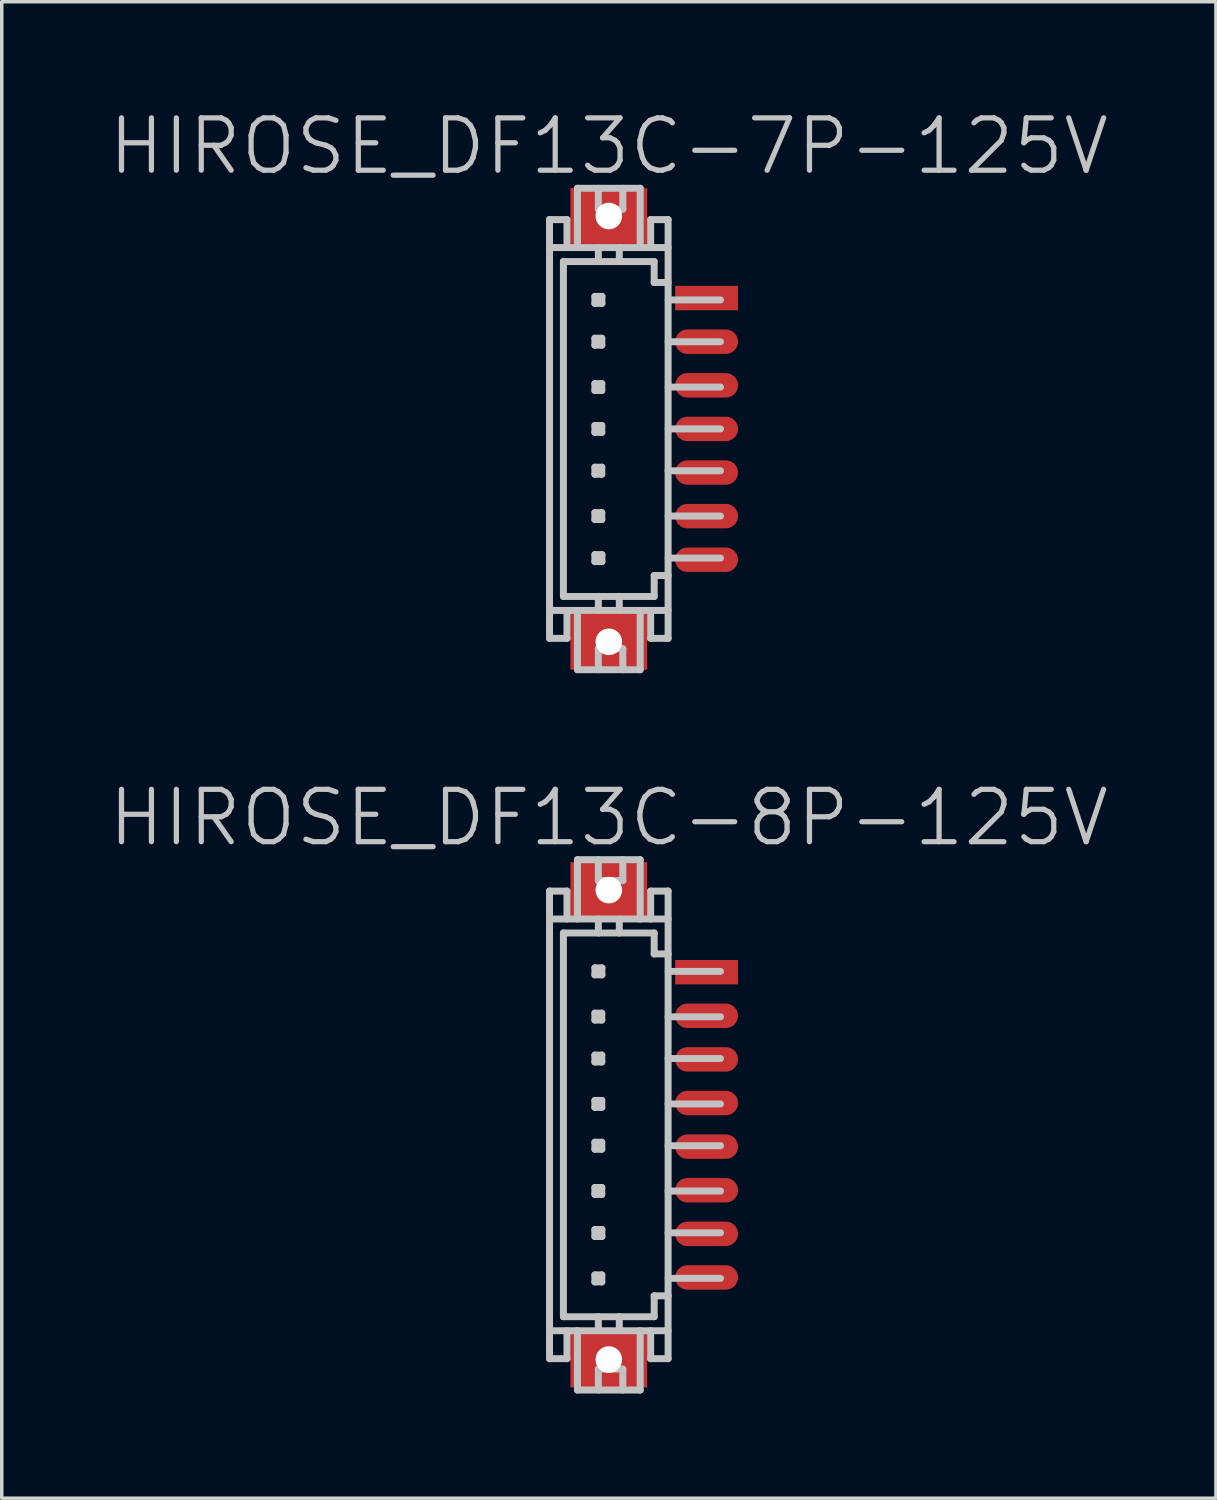
<source format=kicad_pcb>
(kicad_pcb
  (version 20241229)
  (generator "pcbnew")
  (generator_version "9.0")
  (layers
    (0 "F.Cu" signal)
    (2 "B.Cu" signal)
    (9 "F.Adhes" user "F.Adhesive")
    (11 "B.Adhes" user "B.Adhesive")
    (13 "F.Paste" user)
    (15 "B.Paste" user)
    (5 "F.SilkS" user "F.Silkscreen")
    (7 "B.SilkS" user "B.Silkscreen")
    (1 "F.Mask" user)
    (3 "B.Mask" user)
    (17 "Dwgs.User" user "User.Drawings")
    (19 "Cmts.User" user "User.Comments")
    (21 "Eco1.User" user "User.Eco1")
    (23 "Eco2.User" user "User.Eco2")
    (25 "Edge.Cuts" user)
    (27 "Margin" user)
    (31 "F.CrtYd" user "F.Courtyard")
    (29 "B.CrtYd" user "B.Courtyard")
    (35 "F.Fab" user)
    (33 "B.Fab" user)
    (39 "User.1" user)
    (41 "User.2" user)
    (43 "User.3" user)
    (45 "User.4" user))
  (footprint "HIROSE_DF13C-8P-125V"
    (layer "F.Cu")
    (at 14.396 29.183)
    (property "Reference" "HIROSE_DF13C-8P-125V" (at 0 -8.8 180) (layer "Dwgs.User") (effects (font (size 1.5 1.5) (thickness 0.15))))
    (attr smd)
    (fp_line (start -1.699 -6.698) (end -1.199 -6.698) (stroke (width 0.2) (type solid)) (layer "Dwgs.User"))
    (fp_line (start -1.699 6.701) (end -1.699 -6.701) (stroke (width 0.2) (type solid)) (layer "Dwgs.User"))
    (fp_line (start -1.699 6.701) (end -1.199 6.701) (stroke (width 0.2) (type solid)) (layer "Dwgs.User"))
    (fp_line (start -1.301 -5.499) (end -1.301 5.499) (stroke (width 0.2) (type solid)) (layer "Dwgs.User"))
    (fp_line (start -1.301 -5.497) (end 1.3 -5.497) (stroke (width 0.2) (type solid)) (layer "Dwgs.User"))
    (fp_line (start -1.298 5.499) (end 1.3 5.499) (stroke (width 0.2) (type solid)) (layer "Dwgs.User"))
    (fp_line (start -1.199 -5.898) (end -1.199 -6.698) (stroke (width 0.2) (type solid)) (layer "Dwgs.User"))
    (fp_line (start -1.199 6.701) (end -1.199 5.9) (stroke (width 0.2) (type solid)) (layer "Dwgs.User"))
    (fp_line (start -0.899 -7.597) (end -0.899 -5.898) (stroke (width 0.2) (type solid)) (layer "Dwgs.User"))
    (fp_line (start -0.899 -7.597) (end 0.899 -7.597) (stroke (width 0.2) (type solid)) (layer "Dwgs.User"))
    (fp_line (start -0.899 7.6) (end -0.899 5.9) (stroke (width 0.2) (type solid)) (layer "Dwgs.User"))
    (fp_line (start -0.399 -4.498) (end -0.399 -4.298) (stroke (width 0.2) (type solid)) (layer "Dwgs.User"))
    (fp_line (start -0.399 -4.298) (end -0.198 -4.298) (stroke (width 0.2) (type solid)) (layer "Dwgs.User"))
    (fp_line (start -0.399 -3.2) (end -0.201 -3.2) (stroke (width 0.2) (type solid)) (layer "Dwgs.User"))
    (fp_line (start -0.399 -3.002) (end -0.399 -3.2) (stroke (width 0.2) (type solid)) (layer "Dwgs.User"))
    (fp_line (start -0.399 -1.999) (end -0.201 -1.999) (stroke (width 0.2) (type solid)) (layer "Dwgs.User"))
    (fp_line (start -0.399 -1.801) (end -0.399 -1.999) (stroke (width 0.2) (type solid)) (layer "Dwgs.User"))
    (fp_line (start -0.399 -0.699) (end -0.201 -0.699) (stroke (width 0.2) (type solid)) (layer "Dwgs.User"))
    (fp_line (start -0.399 -0.5) (end -0.399 -0.699) (stroke (width 0.2) (type solid)) (layer "Dwgs.User"))
    (fp_line (start -0.399 0.498) (end -0.201 0.498) (stroke (width 0.2) (type solid)) (layer "Dwgs.User"))
    (fp_line (start -0.399 0.699) (end -0.399 0.498) (stroke (width 0.2) (type solid)) (layer "Dwgs.User"))
    (fp_line (start -0.399 1.796) (end -0.201 1.796) (stroke (width 0.2) (type solid)) (layer "Dwgs.User"))
    (fp_line (start -0.399 1.994) (end -0.399 1.796) (stroke (width 0.2) (type solid)) (layer "Dwgs.User"))
    (fp_line (start -0.399 3) (end -0.198 3) (stroke (width 0.2) (type solid)) (layer "Dwgs.User"))
    (fp_line (start -0.399 3.2) (end -0.399 3) (stroke (width 0.2) (type solid)) (layer "Dwgs.User"))
    (fp_line (start -0.399 4.3) (end -0.201 4.3) (stroke (width 0.2) (type solid)) (layer "Dwgs.User"))
    (fp_line (start -0.399 4.501) (end -0.399 4.3) (stroke (width 0.2) (type solid)) (layer "Dwgs.User"))
    (fp_line (start -0.3 -6.998) (end -0.3 -7.597) (stroke (width 0.2) (type solid)) (layer "Dwgs.User"))
    (fp_line (start -0.3 -5.898) (end -0.3 -5.497) (stroke (width 0.2) (type solid)) (layer "Dwgs.User"))
    (fp_line (start -0.3 5.497) (end -0.3 5.898) (stroke (width 0.2) (type solid)) (layer "Dwgs.User"))
    (fp_line (start -0.3 7) (end -0.3 7.6) (stroke (width 0.2) (type solid)) (layer "Dwgs.User"))
    (fp_line (start -0.201 -3.2) (end -0.201 -3.002) (stroke (width 0.2) (type solid)) (layer "Dwgs.User"))
    (fp_line (start -0.201 -3.002) (end -0.399 -3.002) (stroke (width 0.2) (type solid)) (layer "Dwgs.User"))
    (fp_line (start -0.201 -1.999) (end -0.201 -1.801) (stroke (width 0.2) (type solid)) (layer "Dwgs.User"))
    (fp_line (start -0.201 -1.801) (end -0.399 -1.801) (stroke (width 0.2) (type solid)) (layer "Dwgs.User"))
    (fp_line (start -0.201 -0.699) (end -0.201 -0.5) (stroke (width 0.2) (type solid)) (layer "Dwgs.User"))
    (fp_line (start -0.201 -0.5) (end -0.399 -0.5) (stroke (width 0.2) (type solid)) (layer "Dwgs.User"))
    (fp_line (start -0.201 0.498) (end -0.201 0.699) (stroke (width 0.2) (type solid)) (layer "Dwgs.User"))
    (fp_line (start -0.201 0.699) (end -0.399 0.699) (stroke (width 0.2) (type solid)) (layer "Dwgs.User"))
    (fp_line (start -0.201 1.796) (end -0.201 1.994) (stroke (width 0.2) (type solid)) (layer "Dwgs.User"))
    (fp_line (start -0.201 1.994) (end -0.399 1.994) (stroke (width 0.2) (type solid)) (layer "Dwgs.User"))
    (fp_line (start -0.201 4.3) (end -0.201 4.501) (stroke (width 0.2) (type solid)) (layer "Dwgs.User"))
    (fp_line (start -0.201 4.501) (end -0.399 4.501) (stroke (width 0.2) (type solid)) (layer "Dwgs.User"))
    (fp_line (start -0.198 -4.498) (end -0.399 -4.498) (stroke (width 0.2) (type solid)) (layer "Dwgs.User"))
    (fp_line (start -0.198 -4.298) (end -0.198 -4.498) (stroke (width 0.2) (type solid)) (layer "Dwgs.User"))
    (fp_line (start -0.198 3) (end -0.198 3.2) (stroke (width 0.2) (type solid)) (layer "Dwgs.User"))
    (fp_line (start -0.198 3.2) (end -0.399 3.2) (stroke (width 0.2) (type solid)) (layer "Dwgs.User"))
    (fp_line (start 0.3 -5.898) (end 0.3 -5.497) (stroke (width 0.2) (type solid)) (layer "Dwgs.User"))
    (fp_line (start 0.3 5.898) (end 0.3 5.497) (stroke (width 0.2) (type solid)) (layer "Dwgs.User"))
    (fp_line (start 0.401 -7.597) (end 0.401 -6.998) (stroke (width 0.2) (type solid)) (layer "Dwgs.User"))
    (fp_line (start 0.401 -6.998) (end -0.3 -6.998) (stroke (width 0.2) (type solid)) (layer "Dwgs.User"))
    (fp_line (start 0.401 6.998) (end -0.3 6.998) (stroke (width 0.2) (type solid)) (layer "Dwgs.User"))
    (fp_line (start 0.401 7) (end 0.401 7.6) (stroke (width 0.2) (type solid)) (layer "Dwgs.User"))
    (fp_line (start 0.899 -7.597) (end 0.899 -5.898) (stroke (width 0.2) (type solid)) (layer "Dwgs.User"))
    (fp_line (start 0.899 7.6) (end -0.899 7.6) (stroke (width 0.2) (type solid)) (layer "Dwgs.User"))
    (fp_line (start 0.899 7.6) (end 0.899 5.9) (stroke (width 0.2) (type solid)) (layer "Dwgs.User"))
    (fp_line (start 1.199 -6.698) (end 1.699 -6.698) (stroke (width 0.2) (type solid)) (layer "Dwgs.User"))
    (fp_line (start 1.199 -5.898) (end 1.199 -6.698) (stroke (width 0.2) (type solid)) (layer "Dwgs.User"))
    (fp_line (start 1.199 6.701) (end 1.199 5.9) (stroke (width 0.2) (type solid)) (layer "Dwgs.User"))
    (fp_line (start 1.199 6.701) (end 1.699 6.701) (stroke (width 0.2) (type solid)) (layer "Dwgs.User"))
    (fp_line (start 1.3 -5.497) (end 1.3 -4.897) (stroke (width 0.2) (type solid)) (layer "Dwgs.User"))
    (fp_line (start 1.3 4.9) (end 1.702 4.9) (stroke (width 0.2) (type solid)) (layer "Dwgs.User"))
    (fp_line (start 1.3 5.499) (end 1.3 4.9) (stroke (width 0.2) (type solid)) (layer "Dwgs.User"))
    (fp_line (start 1.699 -5.898) (end -1.699 -5.898) (stroke (width 0.2) (type solid)) (layer "Dwgs.User"))
    (fp_line (start 1.699 -3.096) (end 3.2 -3.096) (stroke (width 0.2) (type solid)) (layer "Dwgs.User"))
    (fp_line (start 1.699 -0.599) (end 3.2 -0.599) (stroke (width 0.2) (type solid)) (layer "Dwgs.User"))
    (fp_line (start 1.699 1.897) (end 3.2 1.897) (stroke (width 0.2) (type solid)) (layer "Dwgs.User"))
    (fp_line (start 1.699 3.094) (end 3.2 3.094) (stroke (width 0.2) (type solid)) (layer "Dwgs.User"))
    (fp_line (start 1.699 5.9) (end -1.699 5.9) (stroke (width 0.2) (type solid)) (layer "Dwgs.User"))
    (fp_line (start 1.699 6.701) (end 1.699 -6.701) (stroke (width 0.2) (type solid)) (layer "Dwgs.User"))
    (fp_line (start 1.702 -4.897) (end 1.3 -4.897) (stroke (width 0.2) (type solid)) (layer "Dwgs.User"))
    (fp_line (start 1.702 -4.397) (end 3.2 -4.397) (stroke (width 0.2) (type solid)) (layer "Dwgs.User"))
    (fp_line (start 1.702 4.399) (end 3.2 4.399) (stroke (width 0.2) (type solid)) (layer "Dwgs.User"))
    (fp_line (start 3.2 -1.9) (end 1.699 -1.9) (stroke (width 0.2) (type solid)) (layer "Dwgs.User"))
    (fp_line (start 3.2 0.599) (end 1.699 0.599) (stroke (width 0.2) (type solid)) (layer "Dwgs.User"))
    (pad "" np_thru_hole rect (at -0.0001 -6.726 270) (size 1.6 2.2) (drill 0.762) (layers "F.Cu" "F.Mask" "F.Paste"))
    (pad "" np_thru_hole rect (at -0.0001 6.726 270) (size 1.6 2.2) (drill 0.762) (layers "F.Cu" "F.Mask" "F.Paste"))
    (pad "1" smd rect (at 2.802 -4.374 270) (size 0.7 1.8) (layers "F.Cu" "F.Mask" "F.Paste"))
    (pad "2" smd oval (at 2.802 -3.124 270) (size 0.7 1.8) (layers "F.Cu" "F.Mask" "F.Paste"))
    (pad "3" smd oval (at 2.802 -1.875 270) (size 0.7 1.8) (layers "F.Cu" "F.Mask" "F.Paste"))
    (pad "4" smd oval (at 2.802 -0.625 270) (size 0.7 1.8) (layers "F.Cu" "F.Mask" "F.Paste"))
    (pad "5" smd oval (at 2.802 0.625 270) (size 0.7 1.8) (layers "F.Cu" "F.Mask" "F.Paste"))
    (pad "6" smd oval (at 2.802 1.875 270) (size 0.7 1.8) (layers "F.Cu" "F.Mask" "F.Paste"))
    (pad "7" smd oval (at 2.802 3.124 270) (size 0.7 1.8) (layers "F.Cu" "F.Mask" "F.Paste"))
    (pad "8" smd oval (at 2.802 4.374 270) (size 0.7 1.8) (layers "F.Cu" "F.Mask" "F.Paste")))
  (footprint "HIROSE_DF13C-7P-125V"
    (layer "F.Cu")
    (at 14.396 9.241)
    (property "Reference" "HIROSE_DF13C-7P-125V" (at 0 -8.1 180) (layer "Dwgs.User") (effects (font (size 1.5 1.5) (thickness 0.15))))
    (attr smd)
    (fp_line (start -1.699 -5.999) (end -1.699 5.999) (stroke (width 0.2) (type solid)) (layer "Dwgs.User"))
    (fp_line (start -1.699 -5.997) (end -1.199 -5.997) (stroke (width 0.2) (type solid)) (layer "Dwgs.User"))
    (fp_line (start -1.699 6.002) (end -1.199 6.002) (stroke (width 0.2) (type solid)) (layer "Dwgs.User"))
    (fp_line (start -1.301 -4.796) (end 1.3 -4.796) (stroke (width 0.2) (type solid)) (layer "Dwgs.User"))
    (fp_line (start -1.301 4.801) (end -1.301 -4.801) (stroke (width 0.2) (type solid)) (layer "Dwgs.User"))
    (fp_line (start -1.298 4.801) (end 1.3 4.801) (stroke (width 0.2) (type solid)) (layer "Dwgs.User"))
    (fp_line (start -1.199 -5.197) (end -1.199 -5.997) (stroke (width 0.2) (type solid)) (layer "Dwgs.User"))
    (fp_line (start -1.199 6.002) (end -1.199 5.202) (stroke (width 0.2) (type solid)) (layer "Dwgs.User"))
    (fp_line (start -0.899 -6.896) (end -0.899 -5.197) (stroke (width 0.2) (type solid)) (layer "Dwgs.User"))
    (fp_line (start -0.899 -6.896) (end 0.899 -6.896) (stroke (width 0.2) (type solid)) (layer "Dwgs.User"))
    (fp_line (start -0.899 6.901) (end -0.899 5.202) (stroke (width 0.2) (type solid)) (layer "Dwgs.User"))
    (fp_line (start -0.399 -3.797) (end -0.399 -3.597) (stroke (width 0.2) (type solid)) (layer "Dwgs.User"))
    (fp_line (start -0.399 -3.597) (end -0.198 -3.597) (stroke (width 0.2) (type solid)) (layer "Dwgs.User"))
    (fp_line (start -0.399 -2.598) (end -0.201 -2.598) (stroke (width 0.2) (type solid)) (layer "Dwgs.User"))
    (fp_line (start -0.399 -2.4) (end -0.399 -2.598) (stroke (width 0.2) (type solid)) (layer "Dwgs.User"))
    (fp_line (start -0.399 -1.298) (end -0.201 -1.298) (stroke (width 0.2) (type solid)) (layer "Dwgs.User"))
    (fp_line (start -0.399 -1.1) (end -0.399 -1.298) (stroke (width 0.2) (type solid)) (layer "Dwgs.User"))
    (fp_line (start -0.399 -0.099) (end -0.201 -0.099) (stroke (width 0.2) (type solid)) (layer "Dwgs.User"))
    (fp_line (start -0.399 0.099) (end -0.399 -0.099) (stroke (width 0.2) (type solid)) (layer "Dwgs.User"))
    (fp_line (start -0.399 1.097) (end -0.201 1.097) (stroke (width 0.2) (type solid)) (layer "Dwgs.User"))
    (fp_line (start -0.399 1.298) (end -0.399 1.097) (stroke (width 0.2) (type solid)) (layer "Dwgs.User"))
    (fp_line (start -0.399 2.398) (end -0.201 2.398) (stroke (width 0.2) (type solid)) (layer "Dwgs.User"))
    (fp_line (start -0.399 2.596) (end -0.399 2.398) (stroke (width 0.2) (type solid)) (layer "Dwgs.User"))
    (fp_line (start -0.399 3.602) (end -0.198 3.602) (stroke (width 0.2) (type solid)) (layer "Dwgs.User"))
    (fp_line (start -0.399 3.802) (end -0.399 3.602) (stroke (width 0.2) (type solid)) (layer "Dwgs.User"))
    (fp_line (start -0.3 -6.297) (end -0.3 -6.896) (stroke (width 0.2) (type solid)) (layer "Dwgs.User"))
    (fp_line (start -0.3 -5.197) (end -0.3 -4.796) (stroke (width 0.2) (type solid)) (layer "Dwgs.User"))
    (fp_line (start -0.3 4.798) (end -0.3 5.199) (stroke (width 0.2) (type solid)) (layer "Dwgs.User"))
    (fp_line (start -0.3 6.302) (end -0.3 6.901) (stroke (width 0.2) (type solid)) (layer "Dwgs.User"))
    (fp_line (start -0.201 -2.598) (end -0.201 -2.4) (stroke (width 0.2) (type solid)) (layer "Dwgs.User"))
    (fp_line (start -0.201 -2.4) (end -0.399 -2.4) (stroke (width 0.2) (type solid)) (layer "Dwgs.User"))
    (fp_line (start -0.201 -1.298) (end -0.201 -1.1) (stroke (width 0.2) (type solid)) (layer "Dwgs.User"))
    (fp_line (start -0.201 -1.1) (end -0.399 -1.1) (stroke (width 0.2) (type solid)) (layer "Dwgs.User"))
    (fp_line (start -0.201 -0.099) (end -0.201 0.099) (stroke (width 0.2) (type solid)) (layer "Dwgs.User"))
    (fp_line (start -0.201 0.099) (end -0.399 0.099) (stroke (width 0.2) (type solid)) (layer "Dwgs.User"))
    (fp_line (start -0.201 1.097) (end -0.201 1.298) (stroke (width 0.2) (type solid)) (layer "Dwgs.User"))
    (fp_line (start -0.201 1.298) (end -0.399 1.298) (stroke (width 0.2) (type solid)) (layer "Dwgs.User"))
    (fp_line (start -0.201 2.398) (end -0.201 2.596) (stroke (width 0.2) (type solid)) (layer "Dwgs.User"))
    (fp_line (start -0.201 2.596) (end -0.399 2.596) (stroke (width 0.2) (type solid)) (layer "Dwgs.User"))
    (fp_line (start -0.198 -3.797) (end -0.399 -3.797) (stroke (width 0.2) (type solid)) (layer "Dwgs.User"))
    (fp_line (start -0.198 -3.597) (end -0.198 -3.797) (stroke (width 0.2) (type solid)) (layer "Dwgs.User"))
    (fp_line (start -0.198 3.602) (end -0.198 3.802) (stroke (width 0.2) (type solid)) (layer "Dwgs.User"))
    (fp_line (start -0.198 3.802) (end -0.399 3.802) (stroke (width 0.2) (type solid)) (layer "Dwgs.User"))
    (fp_line (start 0.3 -5.197) (end 0.3 -4.796) (stroke (width 0.2) (type solid)) (layer "Dwgs.User"))
    (fp_line (start 0.3 5.199) (end 0.3 4.798) (stroke (width 0.2) (type solid)) (layer "Dwgs.User"))
    (fp_line (start 0.401 -6.896) (end 0.401 -6.297) (stroke (width 0.2) (type solid)) (layer "Dwgs.User"))
    (fp_line (start 0.401 -6.297) (end -0.3 -6.297) (stroke (width 0.2) (type solid)) (layer "Dwgs.User"))
    (fp_line (start 0.401 6.299) (end -0.3 6.299) (stroke (width 0.2) (type solid)) (layer "Dwgs.User"))
    (fp_line (start 0.401 6.302) (end 0.401 6.901) (stroke (width 0.2) (type solid)) (layer "Dwgs.User"))
    (fp_line (start 0.899 -6.896) (end 0.899 -5.197) (stroke (width 0.2) (type solid)) (layer "Dwgs.User"))
    (fp_line (start 0.899 6.901) (end -0.899 6.901) (stroke (width 0.2) (type solid)) (layer "Dwgs.User"))
    (fp_line (start 0.899 6.901) (end 0.899 5.202) (stroke (width 0.2) (type solid)) (layer "Dwgs.User"))
    (fp_line (start 1.199 -5.997) (end 1.699 -5.997) (stroke (width 0.2) (type solid)) (layer "Dwgs.User"))
    (fp_line (start 1.199 -5.197) (end 1.199 -5.997) (stroke (width 0.2) (type solid)) (layer "Dwgs.User"))
    (fp_line (start 1.199 6.002) (end 1.199 5.202) (stroke (width 0.2) (type solid)) (layer "Dwgs.User"))
    (fp_line (start 1.199 6.002) (end 1.699 6.002) (stroke (width 0.2) (type solid)) (layer "Dwgs.User"))
    (fp_line (start 1.3 -4.796) (end 1.3 -4.196) (stroke (width 0.2) (type solid)) (layer "Dwgs.User"))
    (fp_line (start 1.3 4.201) (end 1.702 4.201) (stroke (width 0.2) (type solid)) (layer "Dwgs.User"))
    (fp_line (start 1.3 4.801) (end 1.3 4.201) (stroke (width 0.2) (type solid)) (layer "Dwgs.User"))
    (fp_line (start 1.699 -5.999) (end 1.699 5.999) (stroke (width 0.2) (type solid)) (layer "Dwgs.User"))
    (fp_line (start 1.699 -5.197) (end -1.699 -5.197) (stroke (width 0.2) (type solid)) (layer "Dwgs.User"))
    (fp_line (start 1.699 -2.497) (end 3.2 -2.497) (stroke (width 0.2) (type solid)) (layer "Dwgs.User"))
    (fp_line (start 1.699 0) (end 3.2 0) (stroke (width 0.2) (type solid)) (layer "Dwgs.User"))
    (fp_line (start 1.699 1.199) (end 3.2 1.199) (stroke (width 0.2) (type solid)) (layer "Dwgs.User"))
    (fp_line (start 1.699 2.497) (end 3.2 2.497) (stroke (width 0.2) (type solid)) (layer "Dwgs.User"))
    (fp_line (start 1.699 5.202) (end -1.699 5.202) (stroke (width 0.2) (type solid)) (layer "Dwgs.User"))
    (fp_line (start 1.702 -4.196) (end 1.3 -4.196) (stroke (width 0.2) (type solid)) (layer "Dwgs.User"))
    (fp_line (start 1.702 -3.696) (end 3.2 -3.696) (stroke (width 0.2) (type solid)) (layer "Dwgs.User"))
    (fp_line (start 1.702 3.701) (end 3.2 3.701) (stroke (width 0.2) (type solid)) (layer "Dwgs.User"))
    (fp_line (start 3.2 -1.199) (end 1.699 -1.199) (stroke (width 0.2) (type solid)) (layer "Dwgs.User"))
    (pad "" np_thru_hole rect (at -0.0001 -6.101 270) (size 1.6 2.2) (drill 0.762) (layers "F.Cu" "F.Mask" "F.Paste"))
    (pad "" np_thru_hole rect (at -0.0001 6.101 270) (size 1.6 2.2) (drill 0.762) (layers "F.Cu" "F.Mask" "F.Paste"))
    (pad "1" smd rect (at 2.802 -3.749 270) (size 0.7 1.8) (layers "F.Cu" "F.Mask" "F.Paste"))
    (pad "2" smd oval (at 2.802 -2.499 270) (size 0.7 1.8) (layers "F.Cu" "F.Mask" "F.Paste"))
    (pad "3" smd oval (at 2.802 -1.25 270) (size 0.7 1.8) (layers "F.Cu" "F.Mask" "F.Paste"))
    (pad "4" smd oval (at 2.802 0 270) (size 0.7 1.8) (layers "F.Cu" "F.Mask" "F.Paste"))
    (pad "5" smd oval (at 2.802 1.25 270) (size 0.7 1.8) (layers "F.Cu" "F.Mask" "F.Paste"))
    (pad "6" smd oval (at 2.802 2.499 270) (size 0.7 1.8) (layers "F.Cu" "F.Mask" "F.Paste"))
    (pad "7" smd oval (at 2.802 3.749 270) (size 0.7 1.8) (layers "F.Cu" "F.Mask" "F.Paste")))
  (gr_rect
    (start -3 -3)
    (end 31.793 39.882)
    (stroke (width 0.1) (type default))
    (fill no)
    (layer "Edge.Cuts")))
</source>
